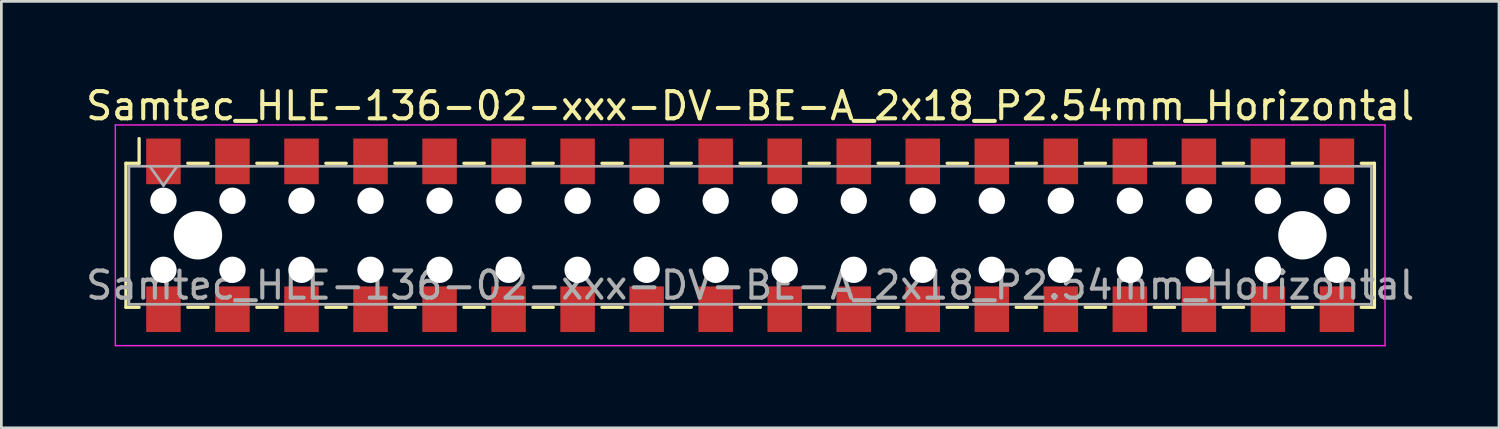
<source format=kicad_pcb>
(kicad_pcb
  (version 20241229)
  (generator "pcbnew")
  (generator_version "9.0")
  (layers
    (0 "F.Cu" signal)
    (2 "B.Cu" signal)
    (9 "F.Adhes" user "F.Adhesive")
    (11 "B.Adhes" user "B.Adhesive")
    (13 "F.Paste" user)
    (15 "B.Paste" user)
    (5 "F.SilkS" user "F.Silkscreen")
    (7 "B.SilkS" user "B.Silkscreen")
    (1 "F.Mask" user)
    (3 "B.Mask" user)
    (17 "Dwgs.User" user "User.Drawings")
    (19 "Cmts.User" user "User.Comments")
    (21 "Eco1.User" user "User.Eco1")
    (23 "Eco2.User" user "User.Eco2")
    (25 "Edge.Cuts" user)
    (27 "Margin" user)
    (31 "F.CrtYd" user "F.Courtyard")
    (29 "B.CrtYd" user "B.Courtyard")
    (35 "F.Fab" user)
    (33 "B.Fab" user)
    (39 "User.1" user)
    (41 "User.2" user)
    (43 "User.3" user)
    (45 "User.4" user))
  (footprint "Samtec_HLE-136-02-xxx-DV-BE-A_2x18_P2.54mm_Horizontal"
    (layer "F.Cu")
    (at 24.554 5.608)
    (property "Reference" "Samtec_HLE-136-02-xxx-DV-BE-A_2x18_P2.54mm_Horizontal" (at 0 -4.76 0) (layer "F.SilkS") (effects (font (size 1 1) (thickness 0.15))))
    (attr smd)
    (fp_line (start -22.97 -2.65) (end -22.97 2.65) (stroke (width 0.12) (type solid)) (layer "F.SilkS"))
    (fp_line (start -22.97 2.65) (end -22.485 2.65) (stroke (width 0.12) (type solid)) (layer "F.SilkS"))
    (fp_line (start -22.485 -3.56) (end -22.485 -2.65) (stroke (width 0.12) (type solid)) (layer "F.SilkS"))
    (fp_line (start -22.485 -2.65) (end -22.97 -2.65) (stroke (width 0.12) (type solid)) (layer "F.SilkS"))
    (fp_line (start -20.695 -2.65) (end -19.945 -2.65) (stroke (width 0.12) (type solid)) (layer "F.SilkS"))
    (fp_line (start -20.695 2.65) (end -19.945 2.65) (stroke (width 0.12) (type solid)) (layer "F.SilkS"))
    (fp_line (start -18.155 -2.65) (end -17.405 -2.65) (stroke (width 0.12) (type solid)) (layer "F.SilkS"))
    (fp_line (start -18.155 2.65) (end -17.405 2.65) (stroke (width 0.12) (type solid)) (layer "F.SilkS"))
    (fp_line (start -15.615 -2.65) (end -14.865 -2.65) (stroke (width 0.12) (type solid)) (layer "F.SilkS"))
    (fp_line (start -15.615 2.65) (end -14.865 2.65) (stroke (width 0.12) (type solid)) (layer "F.SilkS"))
    (fp_line (start -13.075 -2.65) (end -12.325 -2.65) (stroke (width 0.12) (type solid)) (layer "F.SilkS"))
    (fp_line (start -13.075 2.65) (end -12.325 2.65) (stroke (width 0.12) (type solid)) (layer "F.SilkS"))
    (fp_line (start -10.535 -2.65) (end -9.785 -2.65) (stroke (width 0.12) (type solid)) (layer "F.SilkS"))
    (fp_line (start -10.535 2.65) (end -9.785 2.65) (stroke (width 0.12) (type solid)) (layer "F.SilkS"))
    (fp_line (start -7.995 -2.65) (end -7.245 -2.65) (stroke (width 0.12) (type solid)) (layer "F.SilkS"))
    (fp_line (start -7.995 2.65) (end -7.245 2.65) (stroke (width 0.12) (type solid)) (layer "F.SilkS"))
    (fp_line (start -5.455 -2.65) (end -4.705 -2.65) (stroke (width 0.12) (type solid)) (layer "F.SilkS"))
    (fp_line (start -5.455 2.65) (end -4.705 2.65) (stroke (width 0.12) (type solid)) (layer "F.SilkS"))
    (fp_line (start -2.915 -2.65) (end -2.165 -2.65) (stroke (width 0.12) (type solid)) (layer "F.SilkS"))
    (fp_line (start -2.915 2.65) (end -2.165 2.65) (stroke (width 0.12) (type solid)) (layer "F.SilkS"))
    (fp_line (start -0.375 -2.65) (end 0.375 -2.65) (stroke (width 0.12) (type solid)) (layer "F.SilkS"))
    (fp_line (start -0.375 2.65) (end 0.375 2.65) (stroke (width 0.12) (type solid)) (layer "F.SilkS"))
    (fp_line (start 2.165 -2.65) (end 2.915 -2.65) (stroke (width 0.12) (type solid)) (layer "F.SilkS"))
    (fp_line (start 2.165 2.65) (end 2.915 2.65) (stroke (width 0.12) (type solid)) (layer "F.SilkS"))
    (fp_line (start 4.705 -2.65) (end 5.455 -2.65) (stroke (width 0.12) (type solid)) (layer "F.SilkS"))
    (fp_line (start 4.705 2.65) (end 5.455 2.65) (stroke (width 0.12) (type solid)) (layer "F.SilkS"))
    (fp_line (start 7.245 -2.65) (end 7.995 -2.65) (stroke (width 0.12) (type solid)) (layer "F.SilkS"))
    (fp_line (start 7.245 2.65) (end 7.995 2.65) (stroke (width 0.12) (type solid)) (layer "F.SilkS"))
    (fp_line (start 9.785 -2.65) (end 10.535 -2.65) (stroke (width 0.12) (type solid)) (layer "F.SilkS"))
    (fp_line (start 9.785 2.65) (end 10.535 2.65) (stroke (width 0.12) (type solid)) (layer "F.SilkS"))
    (fp_line (start 12.325 -2.65) (end 13.075 -2.65) (stroke (width 0.12) (type solid)) (layer "F.SilkS"))
    (fp_line (start 12.325 2.65) (end 13.075 2.65) (stroke (width 0.12) (type solid)) (layer "F.SilkS"))
    (fp_line (start 14.865 -2.65) (end 15.615 -2.65) (stroke (width 0.12) (type solid)) (layer "F.SilkS"))
    (fp_line (start 14.865 2.65) (end 15.615 2.65) (stroke (width 0.12) (type solid)) (layer "F.SilkS"))
    (fp_line (start 17.405 -2.65) (end 18.155 -2.65) (stroke (width 0.12) (type solid)) (layer "F.SilkS"))
    (fp_line (start 17.405 2.65) (end 18.155 2.65) (stroke (width 0.12) (type solid)) (layer "F.SilkS"))
    (fp_line (start 19.945 -2.65) (end 20.695 -2.65) (stroke (width 0.12) (type solid)) (layer "F.SilkS"))
    (fp_line (start 19.945 2.65) (end 20.695 2.65) (stroke (width 0.12) (type solid)) (layer "F.SilkS"))
    (fp_line (start 22.485 -2.65) (end 22.97 -2.65) (stroke (width 0.12) (type solid)) (layer "F.SilkS"))
    (fp_line (start 22.97 -2.65) (end 22.97 2.65) (stroke (width 0.12) (type solid)) (layer "F.SilkS"))
    (fp_line (start 22.97 2.65) (end 22.485 2.65) (stroke (width 0.12) (type solid)) (layer "F.SilkS"))
    (fp_line (start -23.36 -4.06) (end 23.36 -4.06) (stroke (width 0.05) (type solid)) (layer "F.CrtYd"))
    (fp_line (start -23.36 4.06) (end -23.36 -4.06) (stroke (width 0.05) (type solid)) (layer "F.CrtYd"))
    (fp_line (start 23.36 -4.06) (end 23.36 4.06) (stroke (width 0.05) (type solid)) (layer "F.CrtYd"))
    (fp_line (start 23.36 4.06) (end -23.36 4.06) (stroke (width 0.05) (type solid)) (layer "F.CrtYd"))
    (fp_line (start -22.86 -2.54) (end 22.86 -2.54) (stroke (width 0.1) (type solid)) (layer "F.Fab"))
    (fp_line (start -22.86 2.54) (end -22.86 -2.54) (stroke (width 0.1) (type solid)) (layer "F.Fab"))
    (fp_line (start -22.09 -2.54) (end -21.59 -1.833) (stroke (width 0.1) (type solid)) (layer "F.Fab"))
    (fp_line (start -21.59 -1.833) (end -21.09 -2.54) (stroke (width 0.1) (type solid)) (layer "F.Fab"))
    (fp_line (start 22.86 -2.54) (end 22.86 2.54) (stroke (width 0.1) (type solid)) (layer "F.Fab"))
    (fp_line (start 22.86 2.54) (end -22.86 2.54) (stroke (width 0.1) (type solid)) (layer "F.Fab"))
    (fp_text user "${REFERENCE}" (at 0 1.84 0) (layer "F.Fab") (effects (font (size 1 1) (thickness 0.15))))
    (pad "" np_thru_hole circle (at -21.59 -1.27) (size 0.97 0.97) (drill 0.97) (layers "*.Cu" "*.Mask"))
    (pad "" np_thru_hole circle (at -21.59 1.27) (size 0.97 0.97) (drill 0.97) (layers "*.Cu" "*.Mask"))
    (pad "" np_thru_hole circle (at -20.32 0) (size 1.78 1.78) (drill 1.78) (layers "*.Cu" "*.Mask"))
    (pad "" np_thru_hole circle (at -19.05 -1.27) (size 0.97 0.97) (drill 0.97) (layers "*.Cu" "*.Mask"))
    (pad "" np_thru_hole circle (at -19.05 1.27) (size 0.97 0.97) (drill 0.97) (layers "*.Cu" "*.Mask"))
    (pad "" np_thru_hole circle (at -16.51 -1.27) (size 0.97 0.97) (drill 0.97) (layers "*.Cu" "*.Mask"))
    (pad "" np_thru_hole circle (at -16.51 1.27) (size 0.97 0.97) (drill 0.97) (layers "*.Cu" "*.Mask"))
    (pad "" np_thru_hole circle (at -13.97 -1.27) (size 0.97 0.97) (drill 0.97) (layers "*.Cu" "*.Mask"))
    (pad "" np_thru_hole circle (at -13.97 1.27) (size 0.97 0.97) (drill 0.97) (layers "*.Cu" "*.Mask"))
    (pad "" np_thru_hole circle (at -11.43 -1.27) (size 0.97 0.97) (drill 0.97) (layers "*.Cu" "*.Mask"))
    (pad "" np_thru_hole circle (at -11.43 1.27) (size 0.97 0.97) (drill 0.97) (layers "*.Cu" "*.Mask"))
    (pad "" np_thru_hole circle (at -8.89 -1.27) (size 0.97 0.97) (drill 0.97) (layers "*.Cu" "*.Mask"))
    (pad "" np_thru_hole circle (at -8.89 1.27) (size 0.97 0.97) (drill 0.97) (layers "*.Cu" "*.Mask"))
    (pad "" np_thru_hole circle (at -6.35 -1.27) (size 0.97 0.97) (drill 0.97) (layers "*.Cu" "*.Mask"))
    (pad "" np_thru_hole circle (at -6.35 1.27) (size 0.97 0.97) (drill 0.97) (layers "*.Cu" "*.Mask"))
    (pad "" np_thru_hole circle (at -3.81 -1.27) (size 0.97 0.97) (drill 0.97) (layers "*.Cu" "*.Mask"))
    (pad "" np_thru_hole circle (at -3.81 1.27) (size 0.97 0.97) (drill 0.97) (layers "*.Cu" "*.Mask"))
    (pad "" np_thru_hole circle (at -1.27 -1.27) (size 0.97 0.97) (drill 0.97) (layers "*.Cu" "*.Mask"))
    (pad "" np_thru_hole circle (at -1.27 1.27) (size 0.97 0.97) (drill 0.97) (layers "*.Cu" "*.Mask"))
    (pad "" np_thru_hole circle (at 1.27 -1.27) (size 0.97 0.97) (drill 0.97) (layers "*.Cu" "*.Mask"))
    (pad "" np_thru_hole circle (at 1.27 1.27) (size 0.97 0.97) (drill 0.97) (layers "*.Cu" "*.Mask"))
    (pad "" np_thru_hole circle (at 3.81 -1.27) (size 0.97 0.97) (drill 0.97) (layers "*.Cu" "*.Mask"))
    (pad "" np_thru_hole circle (at 3.81 1.27) (size 0.97 0.97) (drill 0.97) (layers "*.Cu" "*.Mask"))
    (pad "" np_thru_hole circle (at 6.35 -1.27) (size 0.97 0.97) (drill 0.97) (layers "*.Cu" "*.Mask"))
    (pad "" np_thru_hole circle (at 6.35 1.27) (size 0.97 0.97) (drill 0.97) (layers "*.Cu" "*.Mask"))
    (pad "" np_thru_hole circle (at 8.89 -1.27) (size 0.97 0.97) (drill 0.97) (layers "*.Cu" "*.Mask"))
    (pad "" np_thru_hole circle (at 8.89 1.27) (size 0.97 0.97) (drill 0.97) (layers "*.Cu" "*.Mask"))
    (pad "" np_thru_hole circle (at 11.43 -1.27) (size 0.97 0.97) (drill 0.97) (layers "*.Cu" "*.Mask"))
    (pad "" np_thru_hole circle (at 11.43 1.27) (size 0.97 0.97) (drill 0.97) (layers "*.Cu" "*.Mask"))
    (pad "" np_thru_hole circle (at 13.97 -1.27) (size 0.97 0.97) (drill 0.97) (layers "*.Cu" "*.Mask"))
    (pad "" np_thru_hole circle (at 13.97 1.27) (size 0.97 0.97) (drill 0.97) (layers "*.Cu" "*.Mask"))
    (pad "" np_thru_hole circle (at 16.51 -1.27) (size 0.97 0.97) (drill 0.97) (layers "*.Cu" "*.Mask"))
    (pad "" np_thru_hole circle (at 16.51 1.27) (size 0.97 0.97) (drill 0.97) (layers "*.Cu" "*.Mask"))
    (pad "" np_thru_hole circle (at 19.05 -1.27) (size 0.97 0.97) (drill 0.97) (layers "*.Cu" "*.Mask"))
    (pad "" np_thru_hole circle (at 19.05 1.27) (size 0.97 0.97) (drill 0.97) (layers "*.Cu" "*.Mask"))
    (pad "" np_thru_hole circle (at 20.32 0) (size 1.78 1.78) (drill 1.78) (layers "*.Cu" "*.Mask"))
    (pad "" np_thru_hole circle (at 21.59 -1.27) (size 0.97 0.97) (drill 0.97) (layers "*.Cu" "*.Mask"))
    (pad "" np_thru_hole circle (at 21.59 1.27) (size 0.97 0.97) (drill 0.97) (layers "*.Cu" "*.Mask"))
    (pad "1" smd rect (at -21.59 -2.72) (size 1.27 1.68) (layers "F.Cu" "F.Mask" "F.Paste"))
    (pad "2" smd rect (at -21.59 2.72) (size 1.27 1.68) (layers "F.Cu" "F.Mask" "F.Paste"))
    (pad "3" smd rect (at -19.05 -2.72) (size 1.27 1.68) (layers "F.Cu" "F.Mask" "F.Paste"))
    (pad "4" smd rect (at -19.05 2.72) (size 1.27 1.68) (layers "F.Cu" "F.Mask" "F.Paste"))
    (pad "5" smd rect (at -16.51 -2.72) (size 1.27 1.68) (layers "F.Cu" "F.Mask" "F.Paste"))
    (pad "6" smd rect (at -16.51 2.72) (size 1.27 1.68) (layers "F.Cu" "F.Mask" "F.Paste"))
    (pad "7" smd rect (at -13.97 -2.72) (size 1.27 1.68) (layers "F.Cu" "F.Mask" "F.Paste"))
    (pad "8" smd rect (at -13.97 2.72) (size 1.27 1.68) (layers "F.Cu" "F.Mask" "F.Paste"))
    (pad "9" smd rect (at -11.43 -2.72) (size 1.27 1.68) (layers "F.Cu" "F.Mask" "F.Paste"))
    (pad "10" smd rect (at -11.43 2.72) (size 1.27 1.68) (layers "F.Cu" "F.Mask" "F.Paste"))
    (pad "11" smd rect (at -8.89 -2.72) (size 1.27 1.68) (layers "F.Cu" "F.Mask" "F.Paste"))
    (pad "12" smd rect (at -8.89 2.72) (size 1.27 1.68) (layers "F.Cu" "F.Mask" "F.Paste"))
    (pad "13" smd rect (at -6.35 -2.72) (size 1.27 1.68) (layers "F.Cu" "F.Mask" "F.Paste"))
    (pad "14" smd rect (at -6.35 2.72) (size 1.27 1.68) (layers "F.Cu" "F.Mask" "F.Paste"))
    (pad "15" smd rect (at -3.81 -2.72) (size 1.27 1.68) (layers "F.Cu" "F.Mask" "F.Paste"))
    (pad "16" smd rect (at -3.81 2.72) (size 1.27 1.68) (layers "F.Cu" "F.Mask" "F.Paste"))
    (pad "17" smd rect (at -1.27 -2.72) (size 1.27 1.68) (layers "F.Cu" "F.Mask" "F.Paste"))
    (pad "18" smd rect (at -1.27 2.72) (size 1.27 1.68) (layers "F.Cu" "F.Mask" "F.Paste"))
    (pad "19" smd rect (at 1.27 -2.72) (size 1.27 1.68) (layers "F.Cu" "F.Mask" "F.Paste"))
    (pad "20" smd rect (at 1.27 2.72) (size 1.27 1.68) (layers "F.Cu" "F.Mask" "F.Paste"))
    (pad "21" smd rect (at 3.81 -2.72) (size 1.27 1.68) (layers "F.Cu" "F.Mask" "F.Paste"))
    (pad "22" smd rect (at 3.81 2.72) (size 1.27 1.68) (layers "F.Cu" "F.Mask" "F.Paste"))
    (pad "23" smd rect (at 6.35 -2.72) (size 1.27 1.68) (layers "F.Cu" "F.Mask" "F.Paste"))
    (pad "24" smd rect (at 6.35 2.72) (size 1.27 1.68) (layers "F.Cu" "F.Mask" "F.Paste"))
    (pad "25" smd rect (at 8.89 -2.72) (size 1.27 1.68) (layers "F.Cu" "F.Mask" "F.Paste"))
    (pad "26" smd rect (at 8.89 2.72) (size 1.27 1.68) (layers "F.Cu" "F.Mask" "F.Paste"))
    (pad "27" smd rect (at 11.43 -2.72) (size 1.27 1.68) (layers "F.Cu" "F.Mask" "F.Paste"))
    (pad "28" smd rect (at 11.43 2.72) (size 1.27 1.68) (layers "F.Cu" "F.Mask" "F.Paste"))
    (pad "29" smd rect (at 13.97 -2.72) (size 1.27 1.68) (layers "F.Cu" "F.Mask" "F.Paste"))
    (pad "30" smd rect (at 13.97 2.72) (size 1.27 1.68) (layers "F.Cu" "F.Mask" "F.Paste"))
    (pad "31" smd rect (at 16.51 -2.72) (size 1.27 1.68) (layers "F.Cu" "F.Mask" "F.Paste"))
    (pad "32" smd rect (at 16.51 2.72) (size 1.27 1.68) (layers "F.Cu" "F.Mask" "F.Paste"))
    (pad "33" smd rect (at 19.05 -2.72) (size 1.27 1.68) (layers "F.Cu" "F.Mask" "F.Paste"))
    (pad "34" smd rect (at 19.05 2.72) (size 1.27 1.68) (layers "F.Cu" "F.Mask" "F.Paste"))
    (pad "35" smd rect (at 21.59 -2.72) (size 1.27 1.68) (layers "F.Cu" "F.Mask" "F.Paste"))
    (pad "36" smd rect (at 21.59 2.72) (size 1.27 1.68) (layers "F.Cu" "F.Mask" "F.Paste")))
  (gr_rect
    (start -3 -3)
    (end 52.107 12.693)
    (stroke (width 0.1) (type default))
    (fill no)
    (layer "Edge.Cuts")))
</source>
